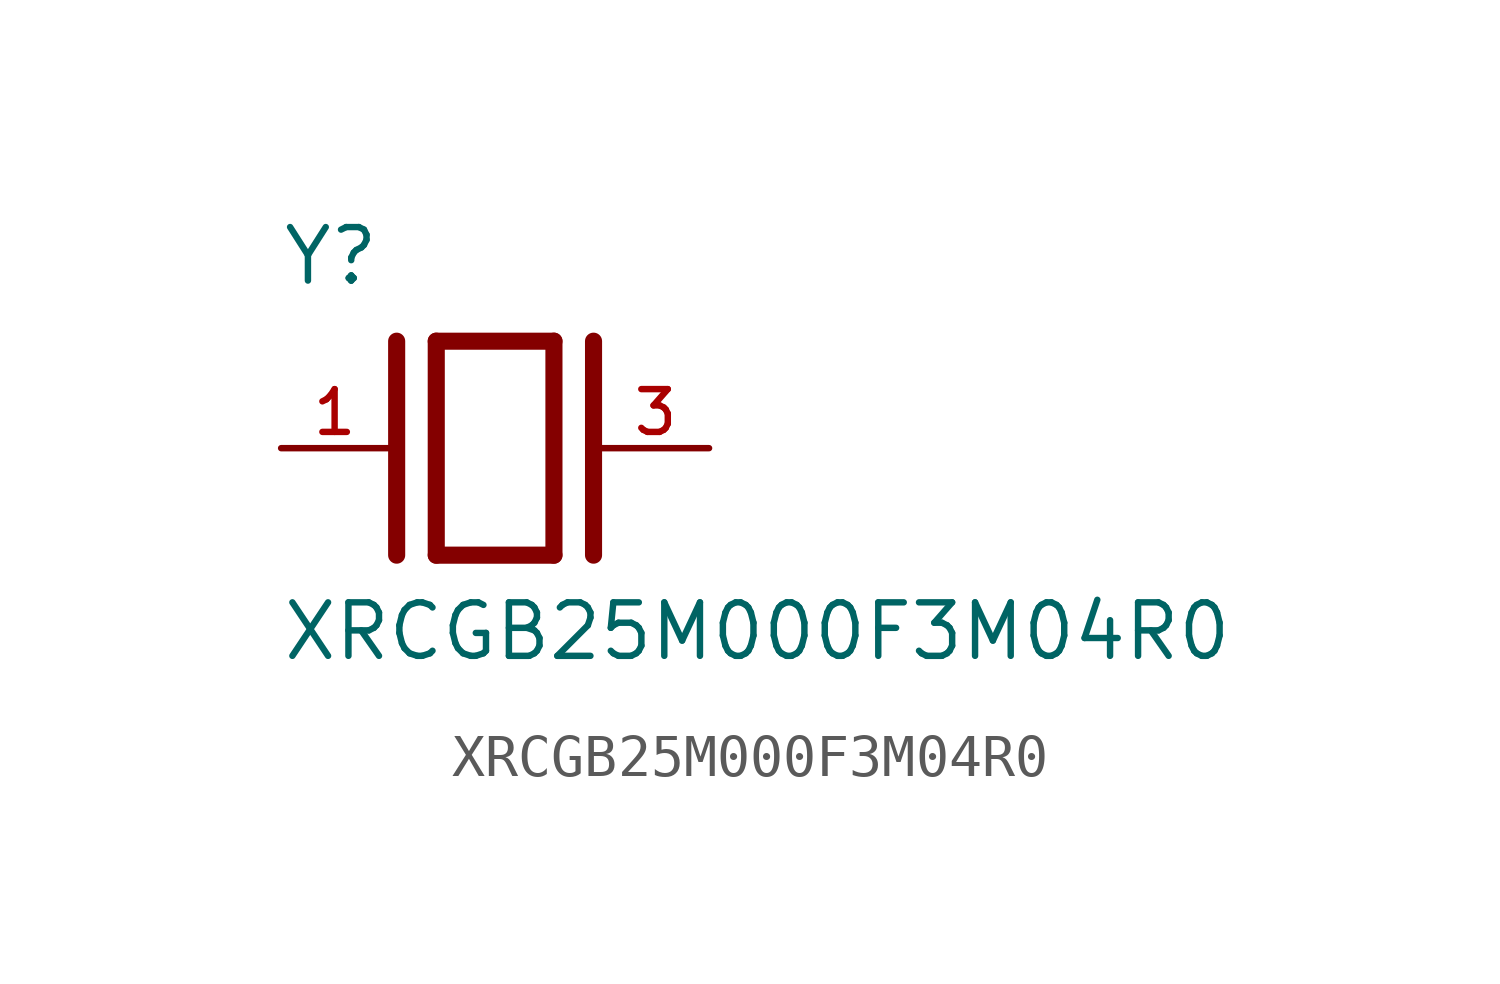
<source format=kicad_sym>
(kicad_symbol_lib
  (version 20211014)
  (generator kicad_symbol_editor)
  (symbol "XRCGB25M000F3M04R0"
    (pin_names
      (offset 1.016))
    (property "Reference" "Y"
      (at -5.088 3.816 0)
      (effects (font (size 1.27 1.27)) (justify bottom left)))
    (property "Value" "XRCGB25M000F3M04R0"
      (at -5.094 -5.094 0)
      (effects (font (size 1.27 1.27)) (justify bottom left)))
    (symbol "XRCGB25M000F3M04R0_0_0"
      (polyline (pts (xy -1.397 2.54) (xy 1.397 2.54)) (stroke (width 0.406)))
      (polyline (pts (xy 1.397 2.54) (xy 1.397 -2.54)) (stroke (width 0.406)))
      (polyline (pts (xy 1.397 -2.54) (xy -1.397 -2.54)) (stroke (width 0.406)))
      (polyline (pts (xy -1.397 2.54) (xy -1.397 -2.54)) (stroke (width 0.406)))
      (polyline (pts (xy 2.337 2.54) (xy 2.337 -2.54)) (stroke (width 0.406)))
      (polyline (pts (xy -2.337 2.54) (xy -2.337 -2.54)) (stroke (width 0.406)))
      (pin passive line (at 5.08 0.0 180.0) (length 2.54) (name "~" (effects (font (size 1.016 1.016)))) (number "3" (effects (font (size 1.016 1.016)))))
      (pin passive line (at -5.08 0.0 0) (length 2.54) (name "~" (effects (font (size 1.016 1.016)))) (number "1" (effects (font (size 1.016 1.016))))))))
</source>
